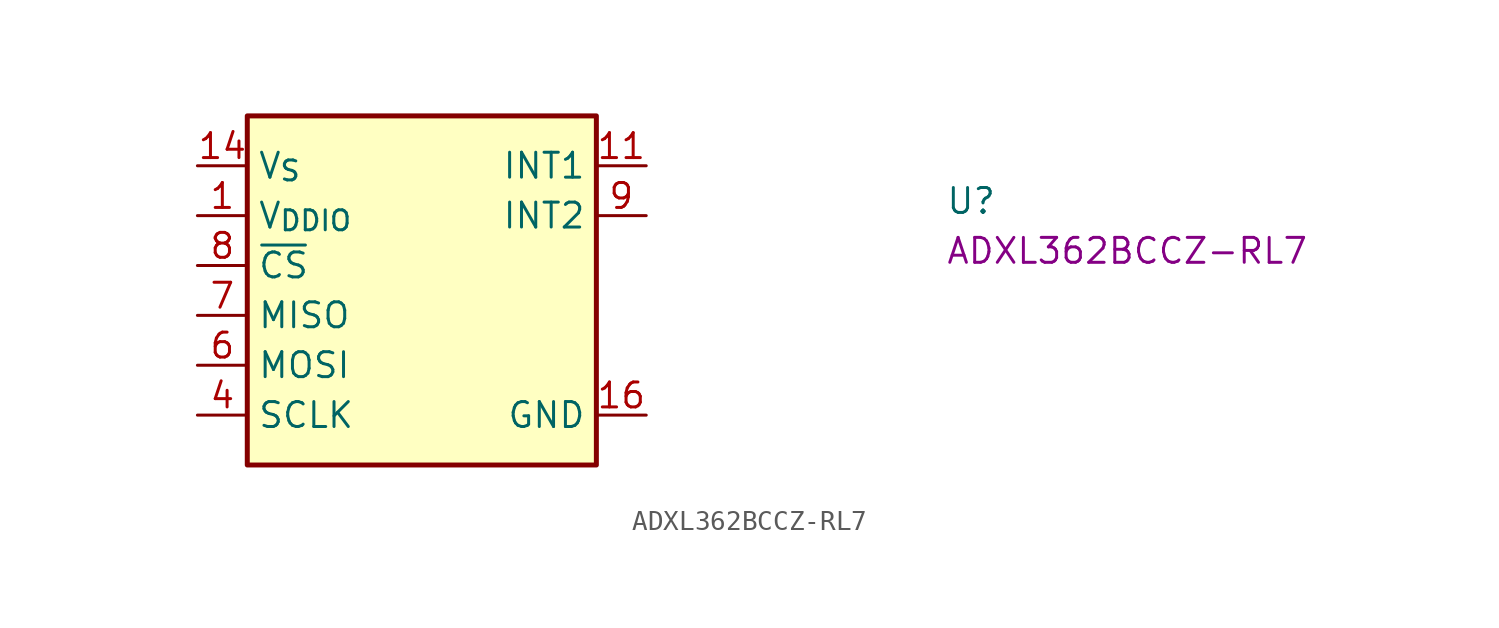
<source format=kicad_sym>
(kicad_symbol_lib
  (version 20220914)
  (generator kicad_symbol_editor)
  (symbol "ADXL362BCCZ-RL7"
    (property "Reference" "U"
      (at 38.1 -2.54 0)
      (effects (font (size 1.27 1.27) (thickness 0.15)) (justify left bottom)))
    (property "MPN" "ADXL362BCCZ-RL7"
      (at 38.1 -5.08 0)
      (effects (font (size 1.27 1.27) (thickness 0.15)) (justify left bottom)))
    (symbol "ADXL362BCCZ-RL7_1_1"
      (rectangle (start 2.54 2.54) (end 20.32 -15.24) (stroke (width 0.254) (type default)) (fill (type background)))
      (pin input line (at 0 -2.54 0) (length 2.54) (name "V_{DDIO}" (effects (font (size 1.27 1.27)))) (number "1" (effects (font (size 1.27 1.27)))))
      (pin no_connect line (at 20.32 -10.16 180) (length 2.54) hide (name "RESERVED" (effects (font (size 1.27 1.27)))) (number "10" (effects (font (size 1.27 1.27)))))
      (pin bidirectional line (at 22.86 0 180) (length 2.54) (name "INT1" (effects (font (size 1.27 1.27)))) (number "11" (effects (font (size 1.27 1.27)))))
      (pin passive line (at 22.86 -12.7 180) (length 2.54) hide (name "GND" (effects (font (size 1.27 1.27)))) (number "12" (effects (font (size 1.27 1.27)))))
      (pin passive line (at 22.86 -12.7 180) (length 2.54) hide (name "GND" (effects (font (size 1.27 1.27)))) (number "13" (effects (font (size 1.27 1.27)))))
      (pin power_in line (at 0 0 0) (length 2.54) (name "V_{S}" (effects (font (size 1.27 1.27)))) (number "14" (effects (font (size 1.27 1.27)))))
      (pin no_connect line (at 20.32 -6.35 180) (length 2.54) hide (name "NC" (effects (font (size 1.27 1.27)))) (number "15" (effects (font (size 1.27 1.27)))))
      (pin passive line (at 22.86 -12.7 180) (length 2.54) (name "GND" (effects (font (size 1.27 1.27)))) (number "16" (effects (font (size 1.27 1.27)))))
      (pin no_connect line (at 20.32 -5.08 180) (length 2.54) hide (name "NC" (effects (font (size 1.27 1.27)))) (number "2" (effects (font (size 1.27 1.27)))))
      (pin no_connect line (at 20.32 -7.62 180) (length 2.54) hide (name "RESERVED" (effects (font (size 1.27 1.27)))) (number "3" (effects (font (size 1.27 1.27)))))
      (pin input line (at 0 -12.7 0) (length 2.54) (name "SCLK" (effects (font (size 1.27 1.27)))) (number "4" (effects (font (size 1.27 1.27)))))
      (pin no_connect line (at 20.32 -8.89 180) (length 2.54) hide (name "RESERVED" (effects (font (size 1.27 1.27)))) (number "5" (effects (font (size 1.27 1.27)))))
      (pin input line (at 0 -10.16 0) (length 2.54) (name "MOSI" (effects (font (size 1.27 1.27)))) (number "6" (effects (font (size 1.27 1.27)))))
      (pin output line (at 0 -7.62 0) (length 2.54) (name "MISO" (effects (font (size 1.27 1.27)))) (number "7" (effects (font (size 1.27 1.27)))))
      (pin input line (at 0 -5.08 0) (length 2.54) (name "~{CS}" (effects (font (size 1.27 1.27)))) (number "8" (effects (font (size 1.27 1.27)))))
      (pin bidirectional line (at 22.86 -2.54 180) (length 2.54) (name "INT2" (effects (font (size 1.27 1.27)))) (number "9" (effects (font (size 1.27 1.27))))))))
</source>
